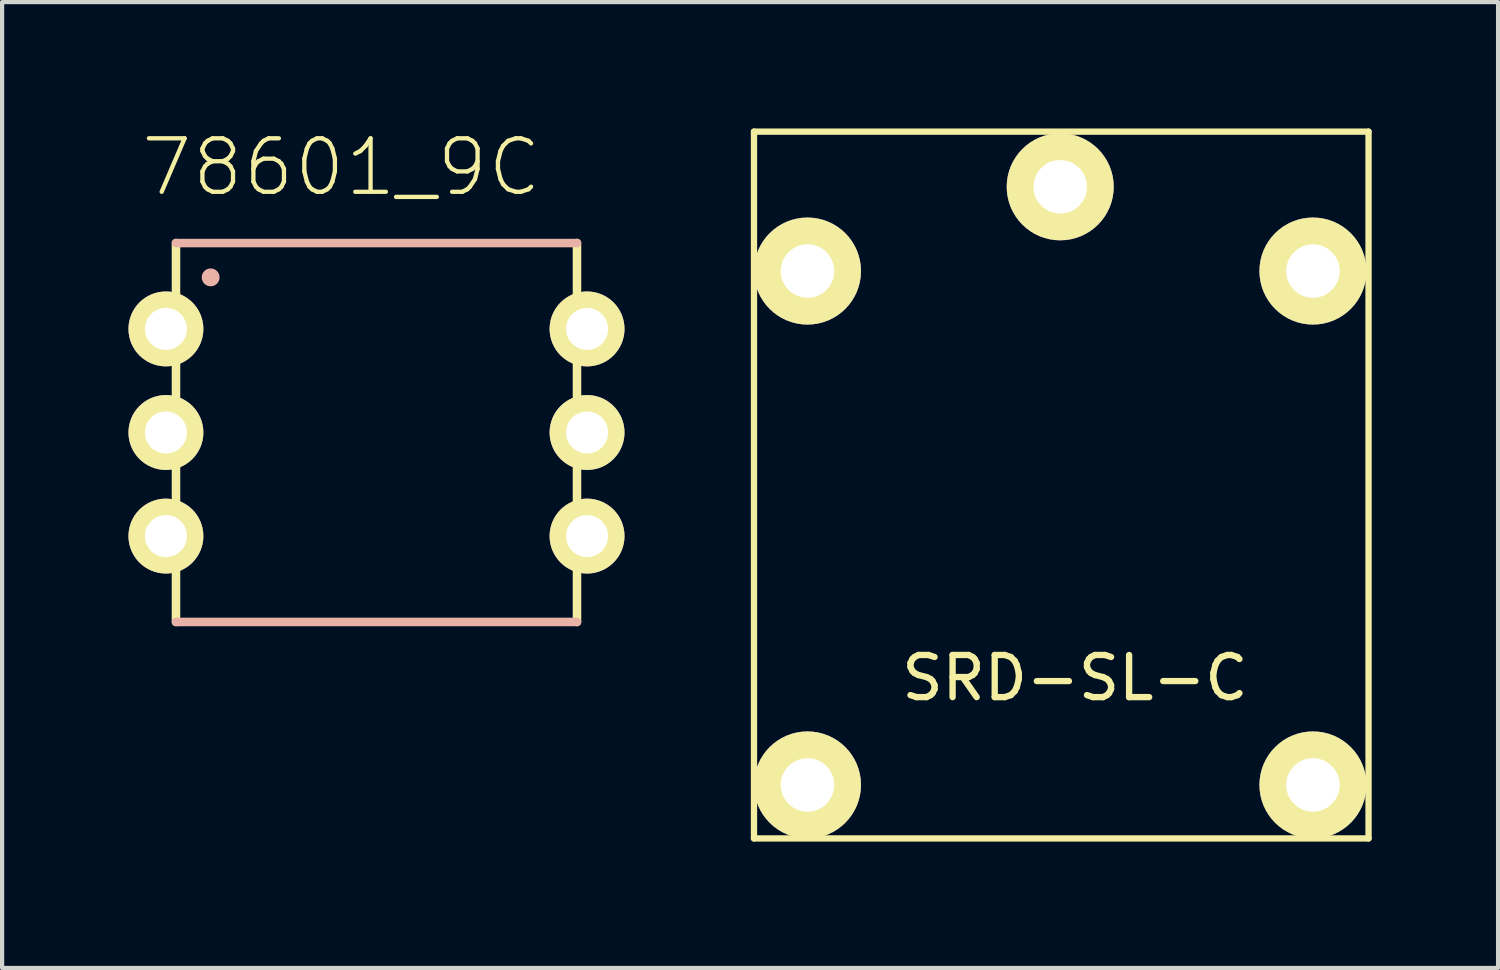
<source format=kicad_pcb>
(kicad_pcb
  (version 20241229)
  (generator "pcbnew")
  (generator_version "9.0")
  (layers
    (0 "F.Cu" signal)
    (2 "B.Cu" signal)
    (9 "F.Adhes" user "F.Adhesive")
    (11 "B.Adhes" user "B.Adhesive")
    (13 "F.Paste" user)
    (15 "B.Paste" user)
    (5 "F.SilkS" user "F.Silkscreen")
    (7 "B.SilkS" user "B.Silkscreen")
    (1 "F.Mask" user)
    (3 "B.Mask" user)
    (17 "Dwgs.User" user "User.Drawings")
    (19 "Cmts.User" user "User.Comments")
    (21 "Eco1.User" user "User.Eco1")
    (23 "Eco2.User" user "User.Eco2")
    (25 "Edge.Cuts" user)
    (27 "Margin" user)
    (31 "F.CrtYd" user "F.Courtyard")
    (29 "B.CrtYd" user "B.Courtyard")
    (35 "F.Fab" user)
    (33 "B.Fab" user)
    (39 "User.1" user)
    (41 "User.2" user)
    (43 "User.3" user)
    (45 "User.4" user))
  (footprint "SRD-SL-C"
    (layer "F.Cu")
    (at 16.12 15.585)
    (property "Reference" "SRD-SL-C" (at 6.35 -2.54 0) (layer "F.SilkS") (effects (font (size 1 1) (thickness 0.15))))
    (attr through_hole)
    (fp_line (start -1.27 -15.51) (end -1.27 1.27) (stroke (width 0.15) (type solid)) (layer "F.SilkS"))
    (fp_line (start -1.27 1.27) (end 13.32 1.27) (stroke (width 0.15) (type solid)) (layer "F.SilkS"))
    (fp_line (start 13.32 -15.51) (end -1.27 -15.51) (stroke (width 0.15) (type solid)) (layer "F.SilkS"))
    (fp_line (start 13.32 1.27) (end 13.32 -15.51) (stroke (width 0.15) (type solid)) (layer "F.SilkS"))
    (pad "1" thru_hole circle (at 0 -12.2) (size 2.54 2.54) (drill 1.27) (layers "*.Cu" "*.Mask" "F.SilkS"))
    (pad "2" thru_hole circle (at 12 -12.2) (size 2.54 2.54) (drill 1.27) (layers "*.Cu" "*.Mask" "F.SilkS"))
    (pad "3" thru_hole circle (at 0 0) (size 2.54 2.54) (drill 1.27) (layers "*.Cu" "*.Mask" "F.SilkS"))
    (pad "4" thru_hole circle (at 12 0) (size 2.54 2.54) (drill 1.27) (layers "*.Cu" "*.Mask" "F.SilkS"))
    (pad "5" thru_hole circle (at 6 -14.2) (size 2.54 2.54) (drill 1.27) (layers "*.Cu" "*.Mask" "F.SilkS")))
  (footprint "78601_9C"
    (layer "F.Cu")
    (at 5.888 7.218)
    (property "Reference" "78601_9C" (at -0.836 -6.297 0) (layer "F.SilkS") (effects (font (size 1.27 1.27) (thickness 0.102))))
    (attr exclude_from_pos_files exclude_from_bom)
    (fp_line (start -4.76 4.498) (end -4.76 -4.498) (stroke (width 0.203) (type solid)) (layer "F.SilkS"))
    (fp_line (start 4.76 -4.498) (end 4.76 4.498) (stroke (width 0.203) (type solid)) (layer "F.SilkS"))
    (fp_line (start -4.76 -4.498) (end 4.76 -4.498) (stroke (width 0.203) (type solid)) (layer "B.SilkS"))
    (fp_line (start 4.76 4.498) (end -4.76 4.498) (stroke (width 0.203) (type solid)) (layer "B.SilkS"))
    (fp_circle (center -3.937 -3.683) (end -4.087 -3.833) (stroke (width 0) (type solid)) (fill yes) (layer "B.SilkS"))
    (pad "1" thru_hole circle (at -4.999 -2.459) (size 1.778 1.778) (drill 0.998) (layers "*.Cu" "F.Mask" "F.SilkS" "F.Paste"))
    (pad "2" thru_hole circle (at -4.999 0) (size 1.778 1.778) (drill 0.998) (layers "*.Cu" "F.Mask" "F.SilkS" "F.Paste"))
    (pad "3" thru_hole circle (at -4.999 2.459) (size 1.778 1.778) (drill 0.998) (layers "*.Cu" "F.Mask" "F.SilkS" "F.Paste"))
    (pad "4" thru_hole circle (at 4.999 2.459) (size 1.778 1.778) (drill 0.998) (layers "*.Cu" "F.Mask" "F.SilkS" "F.Paste"))
    (pad "5" thru_hole circle (at 4.999 0) (size 1.778 1.778) (drill 0.998) (layers "*.Cu" "F.Mask" "F.SilkS" "F.Paste"))
    (pad "6" thru_hole circle (at 4.999 -2.459) (size 1.778 1.778) (drill 0.998) (layers "*.Cu" "F.Mask" "F.SilkS" "F.Paste")))
  (gr_rect
    (start -3 -3)
    (end 32.515 19.93)
    (stroke (width 0.1) (type default))
    (fill no)
    (layer "Edge.Cuts")))
</source>
